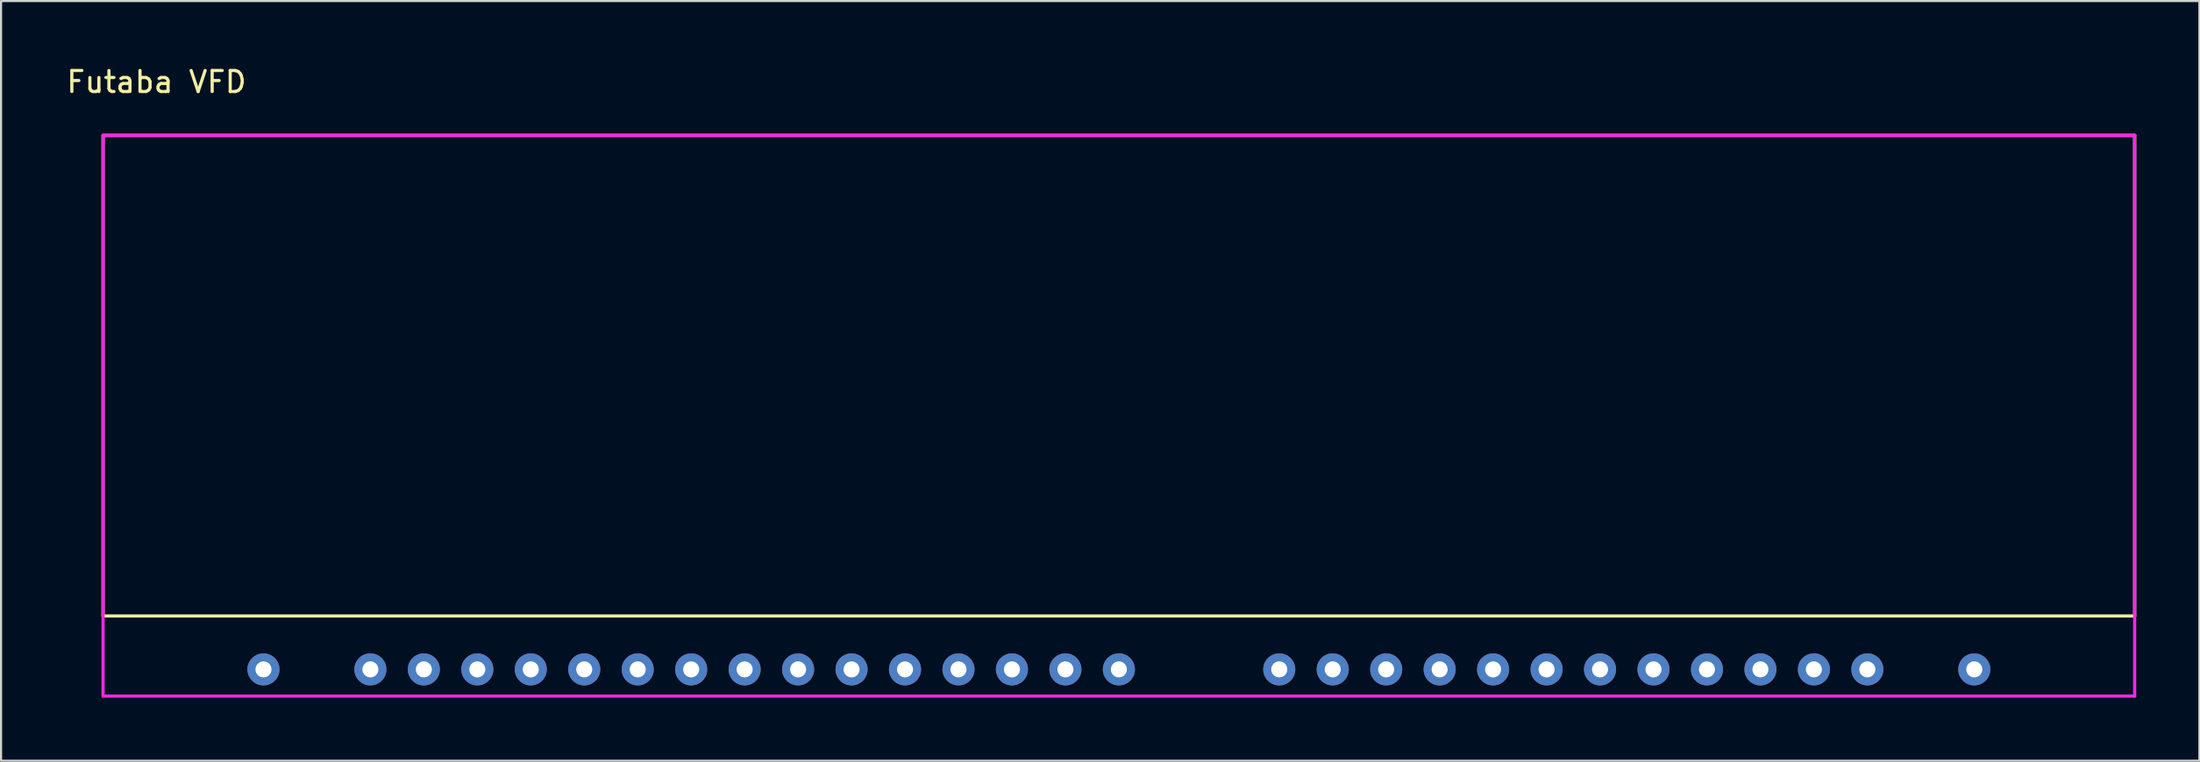
<source format=kicad_pcb>
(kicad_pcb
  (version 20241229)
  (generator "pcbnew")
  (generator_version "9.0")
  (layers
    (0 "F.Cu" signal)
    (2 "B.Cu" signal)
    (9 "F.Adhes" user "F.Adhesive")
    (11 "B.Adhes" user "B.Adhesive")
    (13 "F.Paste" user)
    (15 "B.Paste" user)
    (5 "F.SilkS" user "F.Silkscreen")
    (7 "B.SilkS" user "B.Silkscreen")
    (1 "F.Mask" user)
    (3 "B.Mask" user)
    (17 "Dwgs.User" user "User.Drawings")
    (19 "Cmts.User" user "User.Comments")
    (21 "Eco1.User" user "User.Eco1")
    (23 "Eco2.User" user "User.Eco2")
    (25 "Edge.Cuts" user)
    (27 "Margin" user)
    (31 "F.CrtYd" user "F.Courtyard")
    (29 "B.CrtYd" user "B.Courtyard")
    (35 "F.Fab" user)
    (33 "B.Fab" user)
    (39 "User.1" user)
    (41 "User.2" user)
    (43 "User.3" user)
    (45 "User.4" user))
  (footprint "Futaba VFD"
    (layer "F.Cu")
    (at 1.847 26.248)
    (property "Reference" "Futaba VFD" (at 2.54 -25.4 0) (layer "F.SilkS") (effects (font (size 1 1) (thickness 0.15))))
    (attr through_hole)
    (fp_line (start 0 -22.86) (end 96.52 -22.86) (stroke (width 0.15) (type solid)) (layer "F.SilkS"))
    (fp_line (start 0 0) (end 0 -22.86) (stroke (width 0.15) (type solid)) (layer "F.SilkS"))
    (fp_line (start 96.52 -22.86) (end 96.52 0) (stroke (width 0.15) (type solid)) (layer "F.SilkS"))
    (fp_line (start 96.52 0) (end 0 0) (stroke (width 0.15) (type solid)) (layer "F.SilkS"))
    (fp_line (start 0 -22.86) (end 0 3.81) (stroke (width 0.15) (type solid)) (layer "F.CrtYd"))
    (fp_line (start 0 3.81) (end 96.52 3.81) (stroke (width 0.15) (type solid)) (layer "F.CrtYd"))
    (fp_line (start 96.52 -22.86) (end 0 -22.86) (stroke (width 0.15) (type solid)) (layer "F.CrtYd"))
    (fp_line (start 96.52 3.81) (end 96.52 -22.86) (stroke (width 0.15) (type solid)) (layer "F.CrtYd"))
    (pad "1" thru_hole oval (at 7.62 2.54) (size 1.524 1.524) (drill 0.762) (layers "*.Cu" "*.Mask"))
    (pad "2" thru_hole circle (at 12.7 2.54) (size 1.524 1.524) (drill 0.762) (layers "*.Cu" "*.Mask"))
    (pad "3" thru_hole circle (at 15.24 2.54) (size 1.524 1.524) (drill 0.762) (layers "*.Cu" "*.Mask"))
    (pad "4" thru_hole circle (at 17.78 2.54) (size 1.524 1.524) (drill 0.762) (layers "*.Cu" "*.Mask"))
    (pad "5" thru_hole circle (at 20.32 2.54) (size 1.524 1.524) (drill 0.762) (layers "*.Cu" "*.Mask"))
    (pad "6" thru_hole circle (at 22.86 2.54) (size 1.524 1.524) (drill 0.762) (layers "*.Cu" "*.Mask"))
    (pad "7" thru_hole circle (at 25.4 2.54) (size 1.524 1.524) (drill 0.762) (layers "*.Cu" "*.Mask"))
    (pad "8" thru_hole circle (at 27.94 2.54) (size 1.524 1.524) (drill 0.762) (layers "*.Cu" "*.Mask"))
    (pad "9" thru_hole circle (at 30.48 2.54) (size 1.524 1.524) (drill 0.762) (layers "*.Cu" "*.Mask"))
    (pad "10" thru_hole circle (at 33.02 2.54) (size 1.524 1.524) (drill 0.762) (layers "*.Cu" "*.Mask"))
    (pad "11" thru_hole circle (at 35.56 2.54) (size 1.524 1.524) (drill 0.762) (layers "*.Cu" "*.Mask"))
    (pad "12" thru_hole circle (at 38.1 2.54) (size 1.524 1.524) (drill 0.762) (layers "*.Cu" "*.Mask"))
    (pad "13" thru_hole circle (at 40.64 2.54) (size 1.524 1.524) (drill 0.762) (layers "*.Cu" "*.Mask"))
    (pad "14" thru_hole circle (at 43.18 2.54) (size 1.524 1.524) (drill 0.762) (layers "*.Cu" "*.Mask"))
    (pad "15" thru_hole circle (at 45.72 2.54) (size 1.524 1.524) (drill 0.762) (layers "*.Cu" "*.Mask"))
    (pad "16" thru_hole circle (at 48.26 2.54) (size 1.524 1.524) (drill 0.762) (layers "*.Cu" "*.Mask"))
    (pad "17" thru_hole circle (at 55.88 2.54) (size 1.524 1.524) (drill 0.762) (layers "*.Cu" "*.Mask"))
    (pad "18" thru_hole circle (at 58.42 2.54) (size 1.524 1.524) (drill 0.762) (layers "*.Cu" "*.Mask"))
    (pad "19" thru_hole circle (at 60.96 2.54) (size 1.524 1.524) (drill 0.762) (layers "*.Cu" "*.Mask"))
    (pad "20" thru_hole circle (at 63.5 2.54) (size 1.524 1.524) (drill 0.762) (layers "*.Cu" "*.Mask"))
    (pad "21" thru_hole circle (at 66.04 2.54) (size 1.524 1.524) (drill 0.762) (layers "*.Cu" "*.Mask"))
    (pad "22" thru_hole circle (at 68.58 2.54) (size 1.524 1.524) (drill 0.762) (layers "*.Cu" "*.Mask"))
    (pad "23" thru_hole circle (at 71.12 2.54) (size 1.524 1.524) (drill 0.762) (layers "*.Cu" "*.Mask"))
    (pad "24" thru_hole circle (at 73.66 2.54) (size 1.524 1.524) (drill 0.762) (layers "*.Cu" "*.Mask"))
    (pad "25" thru_hole circle (at 76.2 2.54) (size 1.524 1.524) (drill 0.762) (layers "*.Cu" "*.Mask"))
    (pad "26" thru_hole circle (at 78.74 2.54) (size 1.524 1.524) (drill 0.762) (layers "*.Cu" "*.Mask"))
    (pad "27" thru_hole circle (at 81.28 2.54) (size 1.524 1.524) (drill 0.762) (layers "*.Cu" "*.Mask"))
    (pad "28" thru_hole circle (at 83.82 2.54) (size 1.524 1.524) (drill 0.762) (layers "*.Cu" "*.Mask"))
    (pad "29" thru_hole circle (at 88.9 2.54) (size 1.524 1.524) (drill 0.762) (layers "*.Cu" "*.Mask")))
  (gr_rect
    (start -3 -3)
    (end 101.442 33.133)
    (stroke (width 0.1) (type default))
    (fill no)
    (layer "Edge.Cuts")))
</source>
